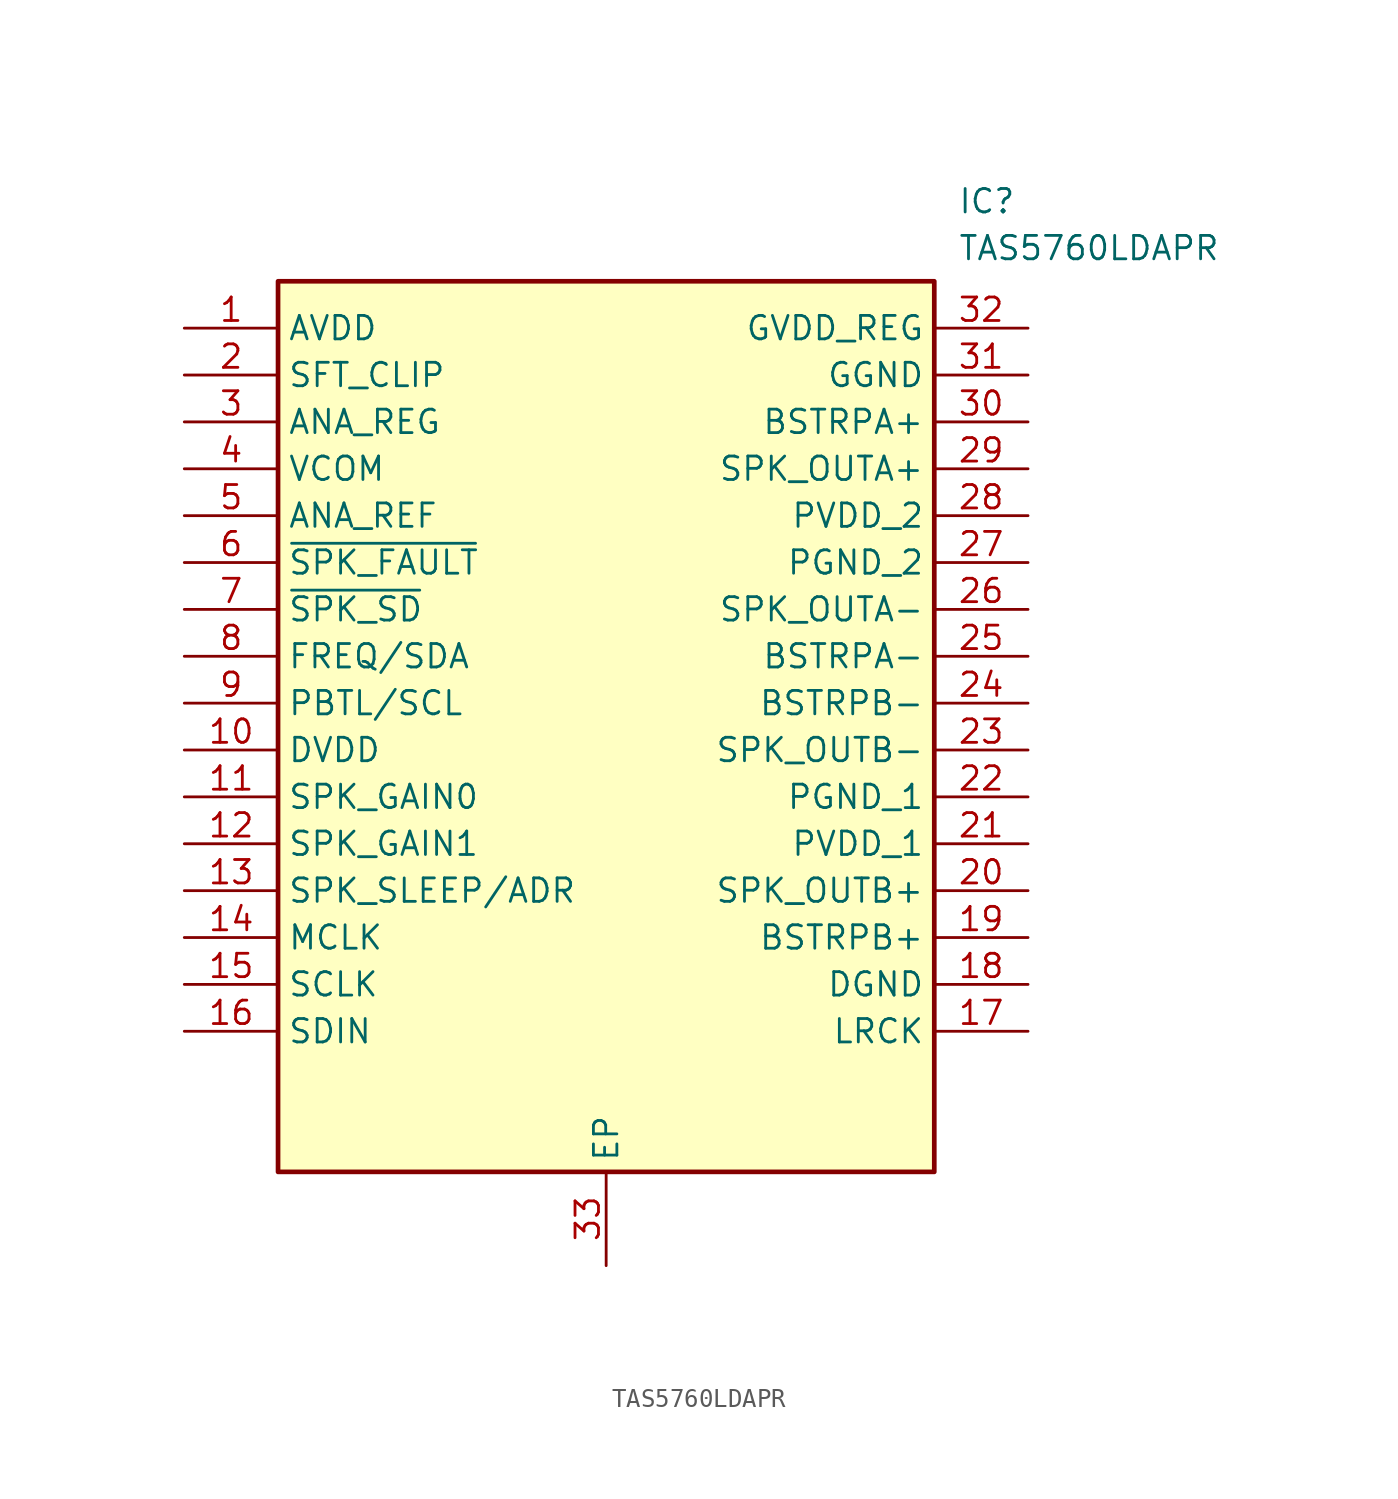
<source format=kicad_sym>
(kicad_symbol_lib
  (version 20211014)
  (generator SamacSys_ECAD_Model)
  (symbol "TAS5760LDAPR"
    (property "Reference" "IC"
      (at 41.91 7.62 0)
      (effects (font (size 1.27 1.27)) (justify left top)))
    (property "Value" "TAS5760LDAPR"
      (at 41.91 5.08 0)
      (effects (font (size 1.27 1.27)) (justify left top)))
    (rectangle
      (start 5.08 2.54)
      (end 40.64 -45.72)
      (stroke (width 0.254) (type default))
      (fill (type background)))
    (pin passive line
      (at 0 0 0)
      (length 5.08)
      (name "AVDD" (effects (font (size 1.27 1.27))))
      (number "1" (effects (font (size 1.27 1.27)))))
    (pin passive line
      (at 0 -2.54 0)
      (length 5.08)
      (name "SFT_CLIP" (effects (font (size 1.27 1.27))))
      (number "2" (effects (font (size 1.27 1.27)))))
    (pin passive line
      (at 0 -5.08 0)
      (length 5.08)
      (name "ANA_REG" (effects (font (size 1.27 1.27))))
      (number "3" (effects (font (size 1.27 1.27)))))
    (pin passive line
      (at 0 -7.62 0)
      (length 5.08)
      (name "VCOM" (effects (font (size 1.27 1.27))))
      (number "4" (effects (font (size 1.27 1.27)))))
    (pin passive line
      (at 0 -10.16 0)
      (length 5.08)
      (name "ANA_REF" (effects (font (size 1.27 1.27))))
      (number "5" (effects (font (size 1.27 1.27)))))
    (pin passive line
      (at 0 -12.7 0)
      (length 5.08)
      (name "~{SPK_FAULT}" (effects (font (size 1.27 1.27))))
      (number "6" (effects (font (size 1.27 1.27)))))
    (pin passive line
      (at 0 -15.24 0)
      (length 5.08)
      (name "~{SPK_SD}" (effects (font (size 1.27 1.27))))
      (number "7" (effects (font (size 1.27 1.27)))))
    (pin passive line
      (at 0 -17.78 0)
      (length 5.08)
      (name "FREQ/SDA" (effects (font (size 1.27 1.27))))
      (number "8" (effects (font (size 1.27 1.27)))))
    (pin passive line
      (at 0 -20.32 0)
      (length 5.08)
      (name "PBTL/SCL" (effects (font (size 1.27 1.27))))
      (number "9" (effects (font (size 1.27 1.27)))))
    (pin passive line
      (at 0 -22.86 0)
      (length 5.08)
      (name "DVDD" (effects (font (size 1.27 1.27))))
      (number "10" (effects (font (size 1.27 1.27)))))
    (pin passive line
      (at 0 -25.4 0)
      (length 5.08)
      (name "SPK_GAIN0" (effects (font (size 1.27 1.27))))
      (number "11" (effects (font (size 1.27 1.27)))))
    (pin passive line
      (at 0 -27.94 0)
      (length 5.08)
      (name "SPK_GAIN1" (effects (font (size 1.27 1.27))))
      (number "12" (effects (font (size 1.27 1.27)))))
    (pin passive line
      (at 0 -30.48 0)
      (length 5.08)
      (name "SPK_SLEEP/ADR" (effects (font (size 1.27 1.27))))
      (number "13" (effects (font (size 1.27 1.27)))))
    (pin passive line
      (at 0 -33.02 0)
      (length 5.08)
      (name "MCLK" (effects (font (size 1.27 1.27))))
      (number "14" (effects (font (size 1.27 1.27)))))
    (pin passive line
      (at 0 -35.56 0)
      (length 5.08)
      (name "SCLK" (effects (font (size 1.27 1.27))))
      (number "15" (effects (font (size 1.27 1.27)))))
    (pin passive line
      (at 0 -38.1 0)
      (length 5.08)
      (name "SDIN" (effects (font (size 1.27 1.27))))
      (number "16" (effects (font (size 1.27 1.27)))))
    (pin passive line
      (at 22.86 -50.8 90)
      (length 5.08)
      (name "EP" (effects (font (size 1.27 1.27))))
      (number "33" (effects (font (size 1.27 1.27)))))
    (pin passive line
      (at 45.72 0 180)
      (length 5.08)
      (name "GVDD_REG" (effects (font (size 1.27 1.27))))
      (number "32" (effects (font (size 1.27 1.27)))))
    (pin passive line
      (at 45.72 -2.54 180)
      (length 5.08)
      (name "GGND" (effects (font (size 1.27 1.27))))
      (number "31" (effects (font (size 1.27 1.27)))))
    (pin passive line
      (at 45.72 -5.08 180)
      (length 5.08)
      (name "BSTRPA+" (effects (font (size 1.27 1.27))))
      (number "30" (effects (font (size 1.27 1.27)))))
    (pin passive line
      (at 45.72 -7.62 180)
      (length 5.08)
      (name "SPK_OUTA+" (effects (font (size 1.27 1.27))))
      (number "29" (effects (font (size 1.27 1.27)))))
    (pin passive line
      (at 45.72 -10.16 180)
      (length 5.08)
      (name "PVDD_2" (effects (font (size 1.27 1.27))))
      (number "28" (effects (font (size 1.27 1.27)))))
    (pin passive line
      (at 45.72 -12.7 180)
      (length 5.08)
      (name "PGND_2" (effects (font (size 1.27 1.27))))
      (number "27" (effects (font (size 1.27 1.27)))))
    (pin passive line
      (at 45.72 -15.24 180)
      (length 5.08)
      (name "SPK_OUTA-" (effects (font (size 1.27 1.27))))
      (number "26" (effects (font (size 1.27 1.27)))))
    (pin passive line
      (at 45.72 -17.78 180)
      (length 5.08)
      (name "BSTRPA-" (effects (font (size 1.27 1.27))))
      (number "25" (effects (font (size 1.27 1.27)))))
    (pin passive line
      (at 45.72 -20.32 180)
      (length 5.08)
      (name "BSTRPB-" (effects (font (size 1.27 1.27))))
      (number "24" (effects (font (size 1.27 1.27)))))
    (pin passive line
      (at 45.72 -22.86 180)
      (length 5.08)
      (name "SPK_OUTB-" (effects (font (size 1.27 1.27))))
      (number "23" (effects (font (size 1.27 1.27)))))
    (pin passive line
      (at 45.72 -25.4 180)
      (length 5.08)
      (name "PGND_1" (effects (font (size 1.27 1.27))))
      (number "22" (effects (font (size 1.27 1.27)))))
    (pin passive line
      (at 45.72 -27.94 180)
      (length 5.08)
      (name "PVDD_1" (effects (font (size 1.27 1.27))))
      (number "21" (effects (font (size 1.27 1.27)))))
    (pin passive line
      (at 45.72 -30.48 180)
      (length 5.08)
      (name "SPK_OUTB+" (effects (font (size 1.27 1.27))))
      (number "20" (effects (font (size 1.27 1.27)))))
    (pin passive line
      (at 45.72 -33.02 180)
      (length 5.08)
      (name "BSTRPB+" (effects (font (size 1.27 1.27))))
      (number "19" (effects (font (size 1.27 1.27)))))
    (pin passive line
      (at 45.72 -35.56 180)
      (length 5.08)
      (name "DGND" (effects (font (size 1.27 1.27))))
      (number "18" (effects (font (size 1.27 1.27)))))
    (pin passive line
      (at 45.72 -38.1 180)
      (length 5.08)
      (name "LRCK" (effects (font (size 1.27 1.27))))
      (number "17" (effects (font (size 1.27 1.27)))))))
</source>
